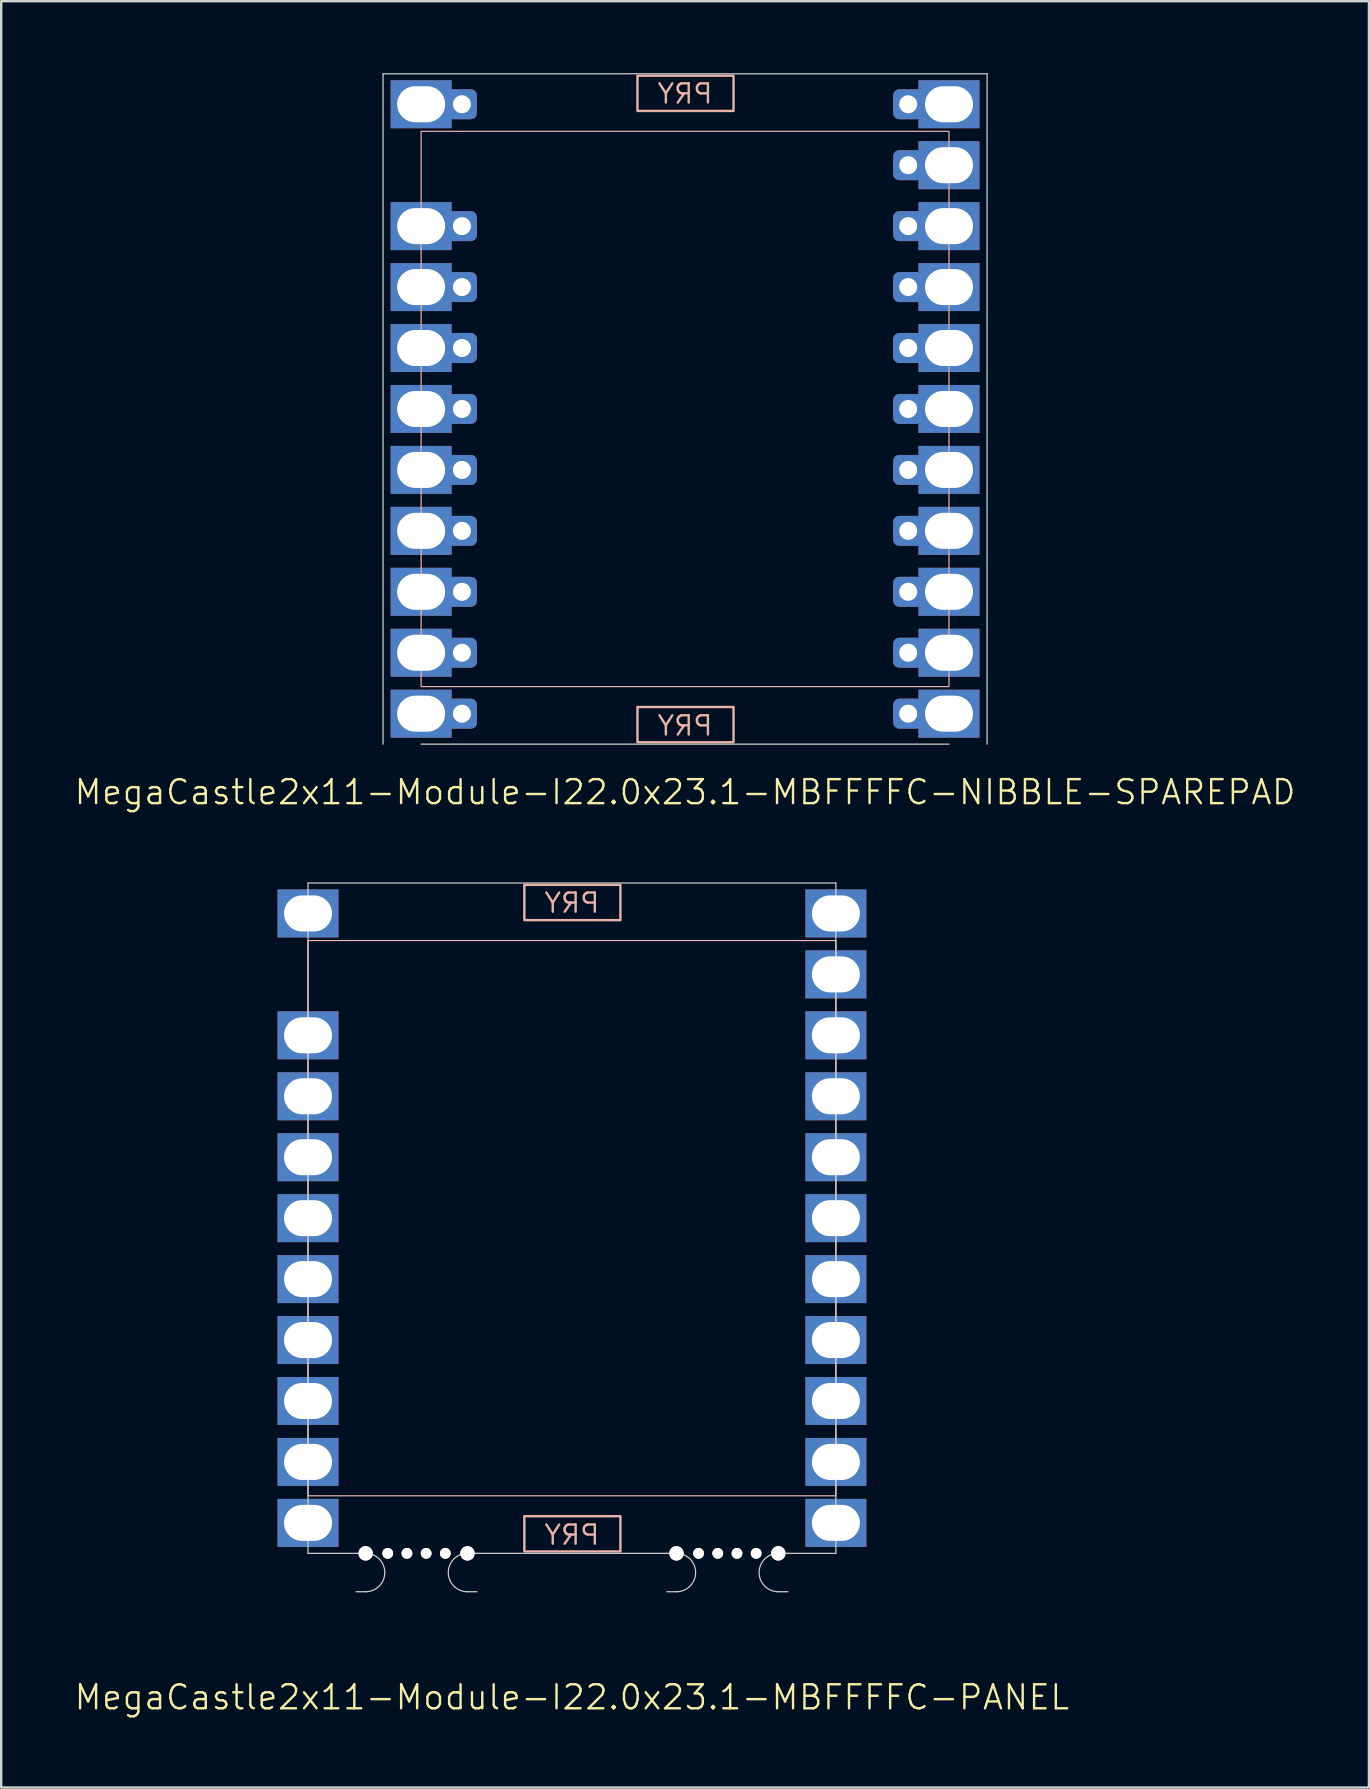
<source format=kicad_pcb>
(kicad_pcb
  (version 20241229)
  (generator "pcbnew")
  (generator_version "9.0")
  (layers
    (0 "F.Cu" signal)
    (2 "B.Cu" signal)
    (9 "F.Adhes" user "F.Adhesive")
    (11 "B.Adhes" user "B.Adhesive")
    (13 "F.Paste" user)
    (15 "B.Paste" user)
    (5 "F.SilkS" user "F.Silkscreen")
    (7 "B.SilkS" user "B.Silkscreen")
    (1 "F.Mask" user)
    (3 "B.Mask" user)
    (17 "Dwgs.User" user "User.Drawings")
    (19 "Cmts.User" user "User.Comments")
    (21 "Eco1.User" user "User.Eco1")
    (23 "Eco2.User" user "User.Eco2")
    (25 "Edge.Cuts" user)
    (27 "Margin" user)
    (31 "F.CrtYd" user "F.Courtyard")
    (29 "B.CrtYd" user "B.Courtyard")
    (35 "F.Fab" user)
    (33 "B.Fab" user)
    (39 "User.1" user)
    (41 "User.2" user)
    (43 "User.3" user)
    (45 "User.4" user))
  (footprint "MegaCastle2x11-Module-I22.0x23.1-MBFFFFC-PANEL"
    (layer "F.Cu")
    (at 20.788 47.721)
    (property "Reference" "MegaCastle2x11-Module-I22.0x23.1-MBFFFFC-PANEL" (at 0 19.97 0) (unlocked yes) (layer "F.SilkS") (effects (font (size 1 1) (thickness 0.1))))
    (attr smd)
    (fp_rect (start -11 11.57) (end 11 -11.57) (stroke (width 0.05) (type default)) (fill no) (layer "B.SilkS"))
    (fp_rect (start -1.984 -12.421) (end 2.02 -13.89) (stroke (width 0.1) (type default)) (fill no) (layer "B.SilkS"))
    (fp_rect (start -1.984 12.421) (end 2.02 13.89) (stroke (width 0.1) (type default)) (fill no) (layer "B.SilkS"))
    (fp_line (start -11 -13.97) (end -11 13.97) (stroke (width 0.05) (type default)) (layer "Edge.Cuts"))
    (fp_line (start -11 -13.97) (end 11 -13.97) (stroke (width 0.05) (type default)) (layer "Edge.Cuts"))
    (fp_line (start -11 13.97) (end -9 13.97) (stroke (width 0.05) (type default)) (layer "Edge.Cuts"))
    (fp_line (start -9 13.97) (end -8.6 13.97) (stroke (width 0.05) (type default)) (layer "Edge.Cuts"))
    (fp_line (start -9 15.57) (end -8.6 15.57) (stroke (width 0.05) (type default)) (layer "Edge.Cuts"))
    (fp_line (start -3.955 13.97) (end -4.355 13.97) (stroke (width 0.05) (type default)) (layer "Edge.Cuts"))
    (fp_line (start -3.955 13.97) (end 3.955 13.97) (stroke (width 0.05) (type default)) (layer "Edge.Cuts"))
    (fp_line (start -3.955 15.57) (end -4.355 15.57) (stroke (width 0.05) (type default)) (layer "Edge.Cuts"))
    (fp_line (start 3.955 13.97) (end 4.355 13.97) (stroke (width 0.05) (type default)) (layer "Edge.Cuts"))
    (fp_line (start 3.955 15.57) (end 4.355 15.57) (stroke (width 0.05) (type default)) (layer "Edge.Cuts"))
    (fp_line (start 9 13.97) (end 8.6 13.97) (stroke (width 0.05) (type default)) (layer "Edge.Cuts"))
    (fp_line (start 9 13.97) (end 11 13.97) (stroke (width 0.05) (type default)) (layer "Edge.Cuts"))
    (fp_line (start 9 15.57) (end 8.6 15.57) (stroke (width 0.05) (type default)) (layer "Edge.Cuts"))
    (fp_line (start 11 -13.97) (end 11 13.97) (stroke (width 0.05) (type default)) (layer "Edge.Cuts"))
    (fp_arc (start -8.6 13.97) (mid -7.8 14.77) (end -8.6 15.57) (stroke (width 0.05) (type default)) (layer "Edge.Cuts"))
    (fp_arc (start -4.355 15.57) (mid -5.155 14.77) (end -4.355 13.97) (stroke (width 0.05) (type default)) (layer "Edge.Cuts"))
    (fp_arc (start 4.355 13.97) (mid 5.155 14.77) (end 4.355 15.57) (stroke (width 0.05) (type default)) (layer "Edge.Cuts"))
    (fp_arc (start 8.6 15.57) (mid 7.8 14.77) (end 8.6 13.97) (stroke (width 0.05) (type default)) (layer "Edge.Cuts"))
    (fp_text user "PRY" (at 0 -12.67 0) (unlocked yes) (layer "B.SilkS") (effects (font (size 0.8 0.8) (thickness 0.1)) (justify bottom mirror)))
    (fp_text user "PRY" (at 0 13.67 0) (unlocked yes) (layer "B.SilkS") (effects (font (size 0.8 0.8) (thickness 0.1)) (justify bottom mirror)))
    (pad "" np_thru_hole circle (at -8.6 13.97) (size 0.6 0.6) (drill 0.6) (layers "*.Cu" "Edge.Cuts"))
    (pad "" np_thru_hole circle (at -7.678 13.97) (size 0.45 0.45) (drill 0.45) (layers "*.Cu" "Edge.Cuts"))
    (pad "" np_thru_hole circle (at -6.878 13.97) (size 0.45 0.45) (drill 0.45) (layers "*.Cu" "Edge.Cuts"))
    (pad "" np_thru_hole circle (at -6.077 13.97) (size 0.45 0.45) (drill 0.45) (layers "*.Cu" "Edge.Cuts"))
    (pad "" np_thru_hole circle (at -5.277 13.97) (size 0.45 0.45) (drill 0.45) (layers "*.Cu" "Edge.Cuts"))
    (pad "" np_thru_hole circle (at -4.355 13.97) (size 0.6 0.6) (drill 0.6) (layers "*.Cu" "Edge.Cuts"))
    (pad "" np_thru_hole circle (at 4.355 13.97) (size 0.6 0.6) (drill 0.6) (layers "*.Cu" "Edge.Cuts"))
    (pad "" np_thru_hole circle (at 5.277 13.97) (size 0.45 0.45) (drill 0.45) (layers "*.Cu" "Edge.Cuts"))
    (pad "" np_thru_hole circle (at 6.077 13.97) (size 0.45 0.45) (drill 0.45) (layers "*.Cu" "Edge.Cuts"))
    (pad "" np_thru_hole circle (at 6.878 13.97) (size 0.45 0.45) (drill 0.45) (layers "*.Cu" "Edge.Cuts"))
    (pad "" np_thru_hole circle (at 7.678 13.97) (size 0.45 0.45) (drill 0.45) (layers "*.Cu" "Edge.Cuts"))
    (pad "" np_thru_hole circle (at 8.6 13.97) (size 0.6 0.6) (drill 0.6) (layers "*.Cu" "Edge.Cuts"))
    (pad "1" thru_hole rect (at -11 -12.7) (size 2.54 2) (drill oval 2 1.5) (property pad_prop_castellated) (layers "*.Cu" "*.Mask"))
    (pad "3" thru_hole rect (at -11 -7.62) (size 2.54 2) (drill oval 2 1.5) (property pad_prop_castellated) (layers "*.Cu" "*.Mask"))
    (pad "4" thru_hole rect (at -11 -5.08) (size 2.54 2) (drill oval 2 1.5) (property pad_prop_castellated) (layers "*.Cu" "*.Mask"))
    (pad "5" thru_hole rect (at -11 -2.54) (size 2.54 2) (drill oval 2 1.5) (property pad_prop_castellated) (layers "*.Cu" "*.Mask"))
    (pad "6" thru_hole rect (at -11 0) (size 2.54 2) (drill oval 2 1.5) (property pad_prop_castellated) (layers "*.Cu" "*.Mask"))
    (pad "7" thru_hole rect (at -11 2.54) (size 2.54 2) (drill oval 2 1.5) (property pad_prop_castellated) (layers "*.Cu" "*.Mask"))
    (pad "8" thru_hole rect (at -11 5.08) (size 2.54 2) (drill oval 2 1.5) (property pad_prop_castellated) (layers "*.Cu" "*.Mask"))
    (pad "9" thru_hole rect (at -11 7.62) (size 2.54 2) (drill oval 2 1.5) (property pad_prop_castellated) (layers "*.Cu" "*.Mask"))
    (pad "10" thru_hole rect (at -11 10.16) (size 2.54 2) (drill oval 2 1.5) (property pad_prop_castellated) (layers "*.Cu" "*.Mask"))
    (pad "11" thru_hole rect (at -11 12.7) (size 2.54 2) (drill oval 2 1.5) (property pad_prop_castellated) (layers "*.Cu" "*.Mask"))
    (pad "12" thru_hole rect (at 11 -12.7) (size 2.54 2) (drill oval 2 1.5) (property pad_prop_castellated) (layers "*.Cu" "*.Mask"))
    (pad "13" thru_hole rect (at 11 -10.16) (size 2.54 2) (drill oval 2 1.5) (property pad_prop_castellated) (layers "*.Cu" "*.Mask"))
    (pad "14" thru_hole rect (at 11 -7.62) (size 2.54 2) (drill oval 2 1.5) (property pad_prop_castellated) (layers "*.Cu" "*.Mask"))
    (pad "15" thru_hole rect (at 11 -5.08) (size 2.54 2) (drill oval 2 1.5) (property pad_prop_castellated) (layers "*.Cu" "*.Mask"))
    (pad "16" thru_hole rect (at 11 -2.54) (size 2.54 2) (drill oval 2 1.5) (property pad_prop_castellated) (layers "*.Cu" "*.Mask"))
    (pad "17" thru_hole rect (at 11 0) (size 2.54 2) (drill oval 2 1.5) (property pad_prop_castellated) (layers "*.Cu" "*.Mask"))
    (pad "18" thru_hole rect (at 11 2.54) (size 2.54 2) (drill oval 2 1.5) (property pad_prop_castellated) (layers "*.Cu" "*.Mask"))
    (pad "19" thru_hole rect (at 11 5.08) (size 2.54 2) (drill oval 2 1.5) (property pad_prop_castellated) (layers "*.Cu" "*.Mask"))
    (pad "20" thru_hole rect (at 11 7.62) (size 2.54 2) (drill oval 2 1.5) (property pad_prop_castellated) (layers "*.Cu" "*.Mask"))
    (pad "21" thru_hole rect (at 11 10.16) (size 2.54 2) (drill oval 2 1.5) (property pad_prop_castellated) (layers "*.Cu" "*.Mask"))
    (pad "22" thru_hole rect (at 11 12.7) (size 2.54 2) (drill oval 2 1.5) (property pad_prop_castellated) (layers "*.Cu" "*.Mask"))
    (zone (net_name "") (layer "B.Cu") (hatch edge 0.5) (connect_pads) (min_thickness 0.25) (filled_areas_thickness no) (keepout (tracks allowed) (vias allowed) (pads allowed) (copperpour allowed) (footprints not_allowed)) (placement (enabled no)) (fill) (polygon (pts (xy 9.788 61.691) (xy 9.788 33.751))))
    (zone (net_name "") (layer "B.Cu") (hatch edge 0.5) (connect_pads) (min_thickness 0.25) (filled_areas_thickness no) (keepout (tracks allowed) (vias allowed) (pads allowed) (copperpour allowed) (footprints not_allowed)) (placement (enabled no)) (fill) (polygon (pts (xy 31.788 61.691) (xy 31.788 33.751))))
    (zone (net_name "") (layer "B.Cu") (hatch edge 0.5) (connect_pads) (min_thickness 0.25) (filled_areas_thickness no) (keepout (tracks allowed) (vias allowed) (pads allowed) (copperpour allowed) (footprints not_allowed)) (placement (enabled no)) (fill) (polygon (pts (xy 9.788 33.751) (xy 9.788 36.151) (xy 31.788 36.151) (xy 31.788 33.751))))
    (zone (net_name "") (layer "B.Cu") (hatch edge 0.5) (connect_pads) (min_thickness 0.25) (filled_areas_thickness no) (keepout (tracks allowed) (vias allowed) (pads allowed) (copperpour allowed) (footprints not_allowed)) (placement (enabled no)) (fill) (polygon (pts (xy 9.788 61.691) (xy 9.788 59.291) (xy 31.788 59.291) (xy 31.788 61.691))))
    (zone (net_name "") (layer "B.Cu") (name "Upper Pry Zone") (hatch edge 0.5) (connect_pads) (min_thickness 0.25) (filled_areas_thickness no) (keepout (tracks not_allowed) (vias not_allowed) (pads not_allowed) (copperpour allowed) (footprints not_allowed)) (placement (enabled no)) (fill) (polygon (pts (xy 18.804 35.299) (xy 18.804 33.831) (xy 22.808 33.831) (xy 22.808 35.299))))
    (zone (net_name "") (layer "B.Cu") (name "Upper Pry Zone") (hatch edge 0.5) (connect_pads) (min_thickness 0.25) (filled_areas_thickness no) (keepout (tracks not_allowed) (vias not_allowed) (pads not_allowed) (copperpour allowed) (footprints not_allowed)) (placement (enabled no)) (fill) (polygon (pts (xy 18.804 60.142) (xy 18.804 61.611) (xy 22.808 61.611) (xy 22.808 60.142)))))
  (footprint "MegaCastle2x11-Module-I22.0x23.1-MBFFFFC-NIBBLE-SPAREPAD"
    (layer "F.Cu")
    (at 25.502 13.995)
    (property "Reference" "MegaCastle2x11-Module-I22.0x23.1-MBFFFFC-NIBBLE-SPAREPAD" (at 0 15.97 0) (unlocked yes) (layer "F.SilkS") (effects (font (size 1 1) (thickness 0.1))))
    (attr smd)
    (fp_rect (start -11 11.57) (end 11 -11.57) (stroke (width 0.05) (type default)) (fill no) (layer "B.SilkS"))
    (fp_rect (start -1.984 -12.421) (end 2.02 -13.89) (stroke (width 0.1) (type default)) (fill no) (layer "B.SilkS"))
    (fp_rect (start -1.984 12.421) (end 2.02 13.89) (stroke (width 0.1) (type default)) (fill no) (layer "B.SilkS"))
    (fp_line (start -12.588 -13.97) (end -12.588 13.97) (stroke (width 0.05) (type default)) (layer "Edge.Cuts"))
    (fp_line (start -12.588 -13.97) (end 12.588 -13.97) (stroke (width 0.05) (type default)) (layer "Edge.Cuts"))
    (fp_line (start -11 13.97) (end 11 13.97) (stroke (width 0.05) (type default)) (layer "Edge.Cuts"))
    (fp_line (start 12.588 -13.97) (end 12.588 13.97) (stroke (width 0.05) (type default)) (layer "Edge.Cuts"))
    (fp_text user "PRY" (at 0 -12.67 0) (unlocked yes) (layer "B.SilkS") (effects (font (size 0.8 0.8) (thickness 0.1)) (justify bottom mirror)))
    (fp_text user "PRY" (at 0 13.67 0) (unlocked yes) (layer "B.SilkS") (effects (font (size 0.8 0.8) (thickness 0.1)) (justify bottom mirror)))
    (pad "1" thru_hole rect (at -11 -12.7) (size 2.54 2) (drill oval 2 1.5) (property pad_prop_castellated) (layers "*.Cu" "*.Mask"))
    (pad "1" thru_hole roundrect (at -9.3 -12.7 180) (size 1.25 1.25) (drill 0.75) (layers "*.Cu" "*.Mask") (roundrect_rratio 0.2))
    (pad "3" thru_hole rect (at -11 -7.62) (size 2.54 2) (drill oval 2 1.5) (property pad_prop_castellated) (layers "*.Cu" "*.Mask"))
    (pad "3" thru_hole roundrect (at -9.3 -7.62 180) (size 1.25 1.25) (drill 0.75) (layers "*.Cu" "*.Mask") (roundrect_rratio 0.2))
    (pad "4" thru_hole rect (at -11 -5.08) (size 2.54 2) (drill oval 2 1.5) (property pad_prop_castellated) (layers "*.Cu" "*.Mask"))
    (pad "4" thru_hole roundrect (at -9.3 -5.08 180) (size 1.25 1.25) (drill 0.75) (layers "*.Cu" "*.Mask") (roundrect_rratio 0.2))
    (pad "5" thru_hole rect (at -11 -2.54) (size 2.54 2) (drill oval 2 1.5) (property pad_prop_castellated) (layers "*.Cu" "*.Mask"))
    (pad "5" thru_hole roundrect (at -9.3 -2.54 180) (size 1.25 1.25) (drill 0.75) (layers "*.Cu" "*.Mask") (roundrect_rratio 0.2))
    (pad "6" thru_hole rect (at -11 0) (size 2.54 2) (drill oval 2 1.5) (property pad_prop_castellated) (layers "*.Cu" "*.Mask"))
    (pad "6" thru_hole roundrect (at -9.3 0 180) (size 1.25 1.25) (drill 0.75) (layers "*.Cu" "*.Mask") (roundrect_rratio 0.2))
    (pad "7" thru_hole rect (at -11 2.54) (size 2.54 2) (drill oval 2 1.5) (property pad_prop_castellated) (layers "*.Cu" "*.Mask"))
    (pad "7" thru_hole roundrect (at -9.3 2.54 180) (size 1.25 1.25) (drill 0.75) (layers "*.Cu" "*.Mask") (roundrect_rratio 0.2))
    (pad "8" thru_hole rect (at -11 5.08) (size 2.54 2) (drill oval 2 1.5) (property pad_prop_castellated) (layers "*.Cu" "*.Mask"))
    (pad "8" thru_hole roundrect (at -9.3 5.08 180) (size 1.25 1.25) (drill 0.75) (layers "*.Cu" "*.Mask") (roundrect_rratio 0.2))
    (pad "9" thru_hole rect (at -11 7.62) (size 2.54 2) (drill oval 2 1.5) (property pad_prop_castellated) (layers "*.Cu" "*.Mask"))
    (pad "9" thru_hole roundrect (at -9.3 7.62 180) (size 1.25 1.25) (drill 0.75) (layers "*.Cu" "*.Mask") (roundrect_rratio 0.2))
    (pad "10" thru_hole rect (at -11 10.16) (size 2.54 2) (drill oval 2 1.5) (property pad_prop_castellated) (layers "*.Cu" "*.Mask"))
    (pad "10" thru_hole roundrect (at -9.3 10.16 180) (size 1.25 1.25) (drill 0.75) (layers "*.Cu" "*.Mask") (roundrect_rratio 0.2))
    (pad "11" thru_hole rect (at -11 12.7) (size 2.54 2) (drill oval 2 1.5) (property pad_prop_castellated) (layers "*.Cu" "*.Mask"))
    (pad "11" thru_hole roundrect (at -9.3 12.7 180) (size 1.25 1.25) (drill 0.75) (layers "*.Cu" "*.Mask") (roundrect_rratio 0.2))
    (pad "12" thru_hole roundrect (at 9.3 -12.7 180) (size 1.25 1.25) (drill 0.75) (layers "*.Cu" "*.Mask") (roundrect_rratio 0.2))
    (pad "12" thru_hole rect (at 11 -12.7) (size 2.54 2) (drill oval 2 1.5) (property pad_prop_castellated) (layers "*.Cu" "*.Mask"))
    (pad "13" thru_hole roundrect (at 9.3 -10.16 180) (size 1.25 1.25) (drill 0.75) (layers "*.Cu" "*.Mask") (roundrect_rratio 0.2))
    (pad "13" thru_hole rect (at 11 -10.16) (size 2.54 2) (drill oval 2 1.5) (property pad_prop_castellated) (layers "*.Cu" "*.Mask"))
    (pad "14" thru_hole roundrect (at 9.3 -7.62 180) (size 1.25 1.25) (drill 0.75) (layers "*.Cu" "*.Mask") (roundrect_rratio 0.2))
    (pad "14" thru_hole rect (at 11 -7.62) (size 2.54 2) (drill oval 2 1.5) (property pad_prop_castellated) (layers "*.Cu" "*.Mask"))
    (pad "15" thru_hole roundrect (at 9.3 -5.08 180) (size 1.25 1.25) (drill 0.75) (layers "*.Cu" "*.Mask") (roundrect_rratio 0.2))
    (pad "15" thru_hole rect (at 11 -5.08) (size 2.54 2) (drill oval 2 1.5) (property pad_prop_castellated) (layers "*.Cu" "*.Mask"))
    (pad "16" thru_hole roundrect (at 9.3 -2.54 180) (size 1.25 1.25) (drill 0.75) (layers "*.Cu" "*.Mask") (roundrect_rratio 0.2))
    (pad "16" thru_hole rect (at 11 -2.54) (size 2.54 2) (drill oval 2 1.5) (property pad_prop_castellated) (layers "*.Cu" "*.Mask"))
    (pad "17" thru_hole roundrect (at 9.3 0 180) (size 1.25 1.25) (drill 0.75) (layers "*.Cu" "*.Mask") (roundrect_rratio 0.2))
    (pad "17" thru_hole rect (at 11 0) (size 2.54 2) (drill oval 2 1.5) (property pad_prop_castellated) (layers "*.Cu" "*.Mask"))
    (pad "18" thru_hole roundrect (at 9.3 2.54 180) (size 1.25 1.25) (drill 0.75) (layers "*.Cu" "*.Mask") (roundrect_rratio 0.2))
    (pad "18" thru_hole rect (at 11 2.54) (size 2.54 2) (drill oval 2 1.5) (property pad_prop_castellated) (layers "*.Cu" "*.Mask"))
    (pad "19" thru_hole roundrect (at 9.3 5.08 180) (size 1.25 1.25) (drill 0.75) (layers "*.Cu" "*.Mask") (roundrect_rratio 0.2))
    (pad "19" thru_hole rect (at 11 5.08) (size 2.54 2) (drill oval 2 1.5) (property pad_prop_castellated) (layers "*.Cu" "*.Mask"))
    (pad "20" thru_hole roundrect (at 9.3 7.62 180) (size 1.25 1.25) (drill 0.75) (layers "*.Cu" "*.Mask") (roundrect_rratio 0.2))
    (pad "20" thru_hole rect (at 11 7.62) (size 2.54 2) (drill oval 2 1.5) (property pad_prop_castellated) (layers "*.Cu" "*.Mask"))
    (pad "21" thru_hole roundrect (at 9.3 10.16 180) (size 1.25 1.25) (drill 0.75) (layers "*.Cu" "*.Mask") (roundrect_rratio 0.2))
    (pad "21" thru_hole rect (at 11 10.16) (size 2.54 2) (drill oval 2 1.5) (property pad_prop_castellated) (layers "*.Cu" "*.Mask"))
    (pad "22" thru_hole roundrect (at 9.3 12.7 180) (size 1.25 1.25) (drill 0.75) (layers "*.Cu" "*.Mask") (roundrect_rratio 0.2))
    (pad "22" thru_hole rect (at 11 12.7) (size 2.54 2) (drill oval 2 1.5) (property pad_prop_castellated) (layers "*.Cu" "*.Mask"))
    (zone (net_name "") (layer "B.Cu") (hatch edge 0.5) (connect_pads) (min_thickness 0.25) (filled_areas_thickness no) (keepout (tracks allowed) (vias allowed) (pads allowed) (copperpour allowed) (footprints not_allowed)) (placement (enabled no)) (fill) (polygon (pts (xy 14.502 27.965) (xy 14.502 0.025))))
    (zone (net_name "") (layer "B.Cu") (hatch edge 0.5) (connect_pads) (min_thickness 0.25) (filled_areas_thickness no) (keepout (tracks allowed) (vias allowed) (pads allowed) (copperpour allowed) (footprints not_allowed)) (placement (enabled no)) (fill) (polygon (pts (xy 36.502 27.965) (xy 36.502 0.025))))
    (zone (net_name "") (layer "B.Cu") (hatch edge 0.5) (connect_pads) (min_thickness 0.25) (filled_areas_thickness no) (keepout (tracks allowed) (vias allowed) (pads allowed) (copperpour allowed) (footprints not_allowed)) (placement (enabled no)) (fill) (polygon (pts (xy 14.502 0.025) (xy 14.502 2.425) (xy 36.502 2.425) (xy 36.502 0.025))))
    (zone (net_name "") (layer "B.Cu") (hatch edge 0.5) (connect_pads) (min_thickness 0.25) (filled_areas_thickness no) (keepout (tracks allowed) (vias allowed) (pads allowed) (copperpour allowed) (footprints not_allowed)) (placement (enabled no)) (fill) (polygon (pts (xy 14.502 27.965) (xy 14.502 25.565) (xy 36.502 25.565) (xy 36.502 27.965))))
    (zone (net_name "") (layer "B.Cu") (name "Upper Pry Zone") (hatch edge 0.5) (connect_pads) (min_thickness 0.25) (filled_areas_thickness no) (keepout (tracks not_allowed) (vias not_allowed) (pads not_allowed) (copperpour allowed) (footprints not_allowed)) (placement (enabled no)) (fill) (polygon (pts (xy 23.518 1.574) (xy 23.518 0.105) (xy 27.522 0.105) (xy 27.522 1.574))))
    (zone (net_name "") (layer "B.Cu") (name "Upper Pry Zone") (hatch edge 0.5) (connect_pads) (min_thickness 0.25) (filled_areas_thickness no) (keepout (tracks not_allowed) (vias not_allowed) (pads not_allowed) (copperpour allowed) (footprints not_allowed)) (placement (enabled no)) (fill) (polygon (pts (xy 23.518 26.416) (xy 23.518 27.885) (xy 27.522 27.885) (xy 27.522 26.416)))))
  (gr_rect
    (start -3 -3)
    (end 54.005 71.451)
    (stroke (width 0.1) (type default))
    (fill no)
    (layer "Edge.Cuts")))
</source>
